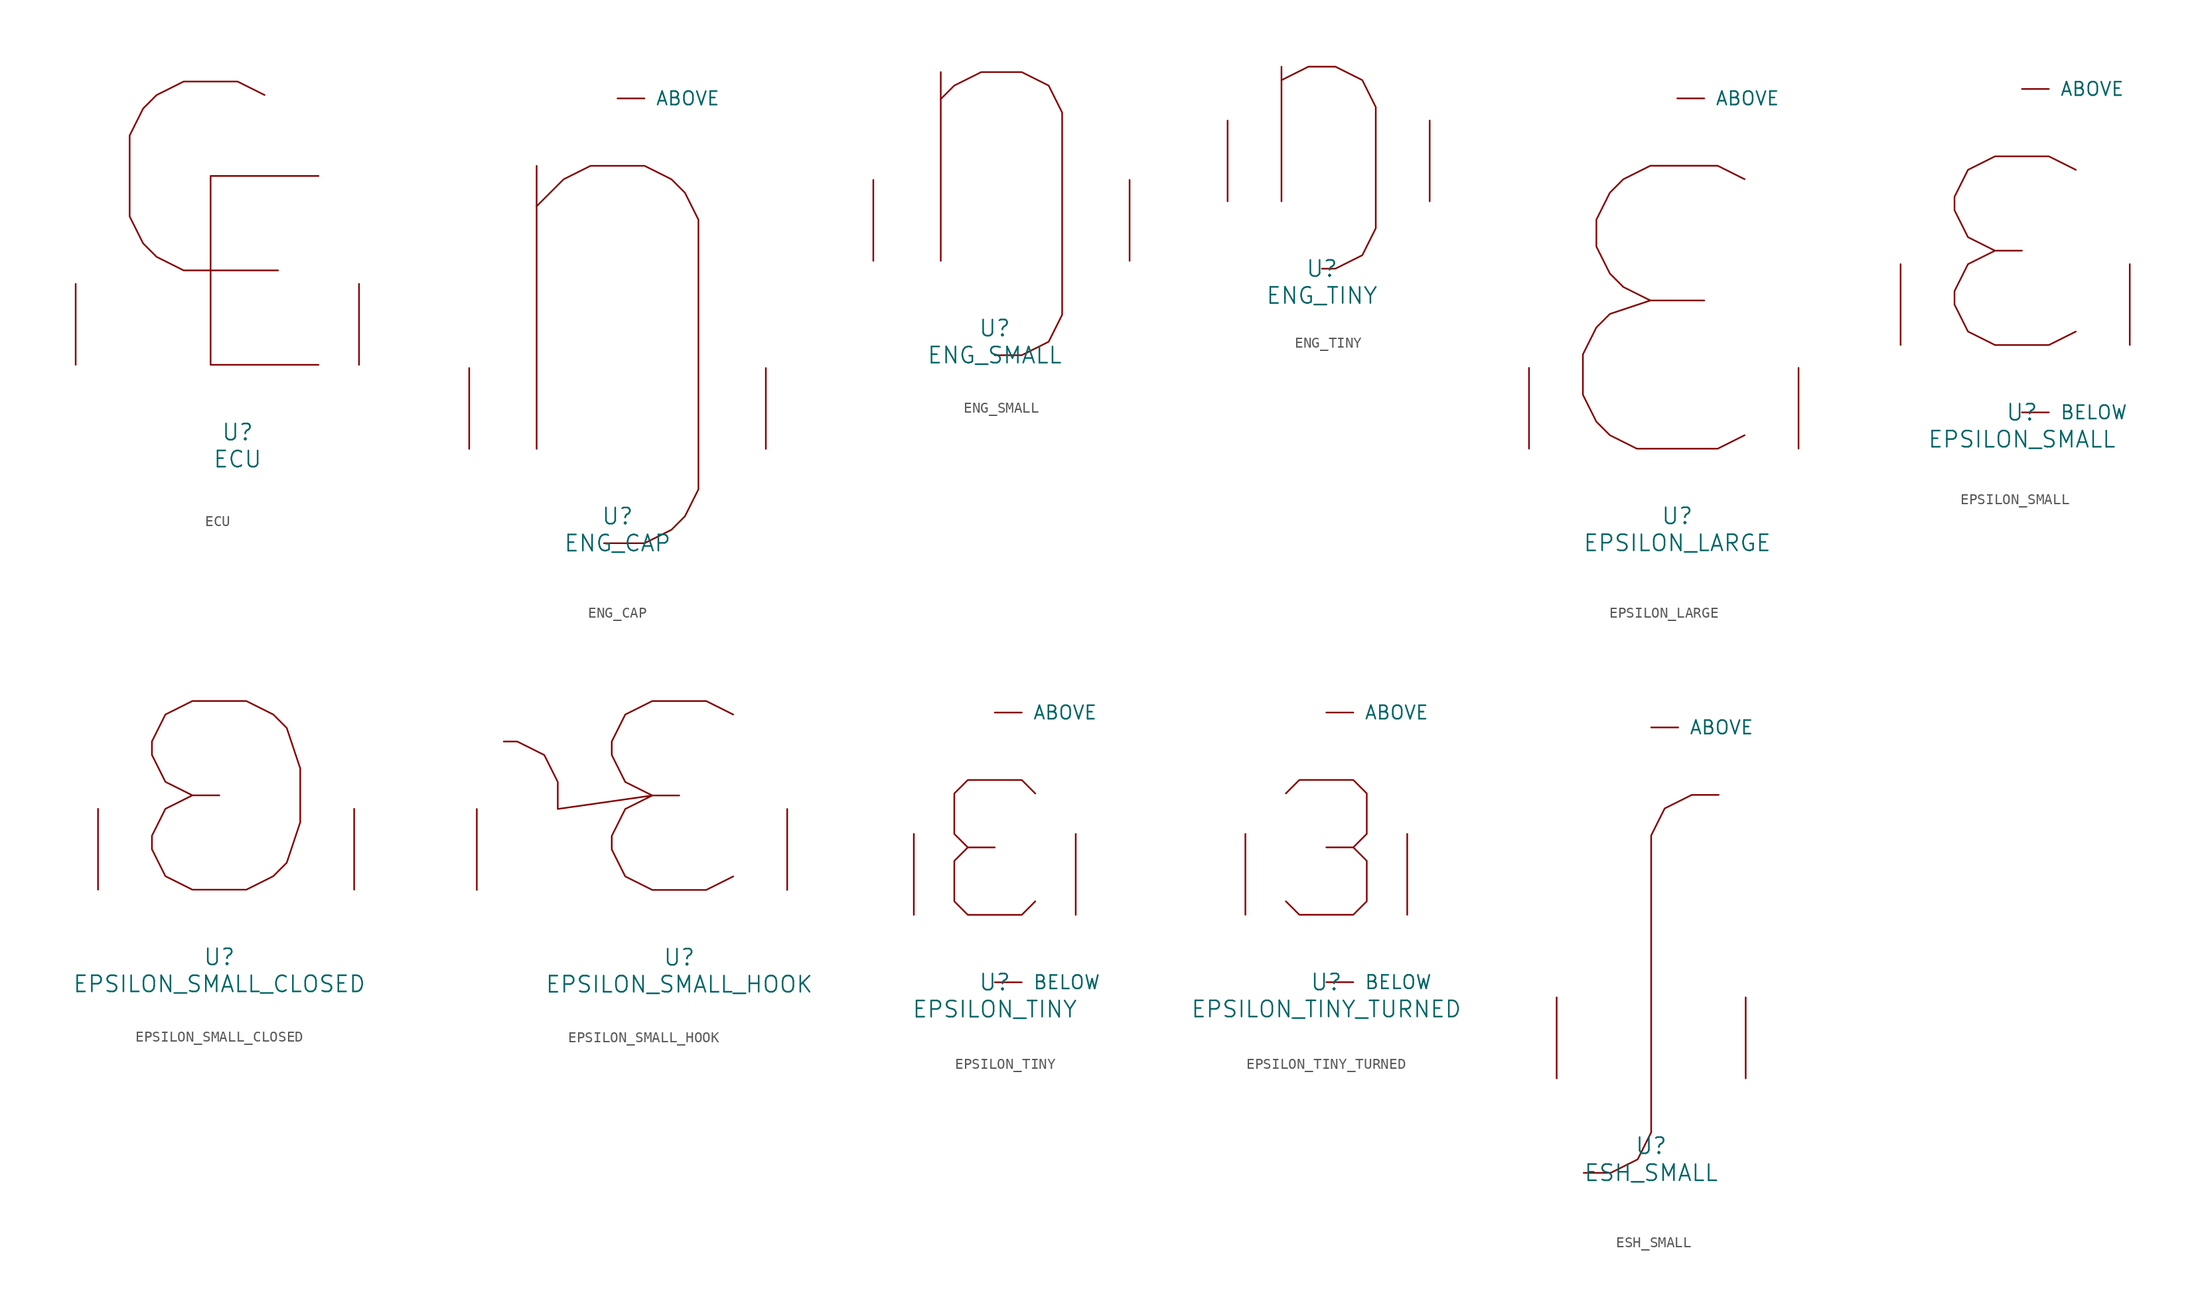
<source format=kicad_sym>
(kicad_symbol_lib
  (version 20220914)
  (generator font_lib2sym)
  (symbol "ECU"
    (pin_names
      (offset 1.016))
    (property "Reference" "U"
      (at 0 -6.35 0)
      (effects (font (size 1.524 1.524))))
    (property "Value" "ECU"
      (at 0 -8.89 0)
      (effects (font (size 1.524 1.524))))
    (symbol "ECU_0_1"
      (polyline (pts (xy 7.62 17.78) (xy -2.54 17.78) (xy -2.54 0) (xy 7.62 0)) (stroke (width 0) (type solid)) (fill (type none)))
      (polyline (pts (xy 2.54 25.4) (xy 0 26.67) (xy -5.08 26.67) (xy -7.62 25.4) (xy -8.89 24.13) (xy -10.16 21.59) (xy -10.16 13.97) (xy -8.89 11.43) (xy -7.62 10.16) (xy -5.08 8.89) (xy 3.81 8.89)) (stroke (width 0) (type solid)) (fill (type none)))
      (pin input line (at -15.24 0 90) (length 7.62) (name "~" (effects (font (size 1.27 1.27)))) (number "~" (effects (font (size 1.27 1.27)))))
      (pin input line (at 11.43 0 90) (length 7.62) (name "~" (effects (font (size 1.27 1.27)))) (number "~" (effects (font (size 1.27 1.27)))))))
  (symbol "ENG_CAP"
    (pin_names
      (offset 1.016))
    (property "Reference" "U"
      (at 0 -6.35 0)
      (effects (font (size 1.524 1.524))))
    (property "Value" "ENG_CAP"
      (at 0 -8.89 0)
      (effects (font (size 1.524 1.524))))
    (symbol "ENG_CAP_0_1"
      (polyline (pts (xy -7.62 26.67) (xy -7.62 0)) (stroke (width 0) (type solid)) (fill (type none)))
      (polyline (pts (xy -7.62 22.86) (xy -5.08 25.4) (xy -2.54 26.67) (xy 2.54 26.67) (xy 5.08 25.4) (xy 6.35 24.13) (xy 7.62 21.59) (xy 7.62 -3.81) (xy 6.35 -6.35) (xy 5.08 -7.62) (xy 2.54 -8.89) (xy -1.27 -8.89)) (stroke (width 0) (type solid)) (fill (type none)))
      (pin input line (at 0 33.02 0) (length 2.54) (name "ABOVE" (effects (font (size 1.27 1.27)))) (number "~" (effects (font (size 1.27 1.27)))))
      (pin input line (at -13.97 0 90) (length 7.62) (name "~" (effects (font (size 1.27 1.27)))) (number "~" (effects (font (size 1.27 1.27)))))
      (pin input line (at 13.97 0 90) (length 7.62) (name "~" (effects (font (size 1.27 1.27)))) (number "~" (effects (font (size 1.27 1.27)))))))
  (symbol "ENG_SMALL"
    (pin_names
      (offset 1.016))
    (property "Reference" "U"
      (at 0 -6.35 0)
      (effects (font (size 1.524 1.524))))
    (property "Value" "ENG_SMALL"
      (at 0 -8.89 0)
      (effects (font (size 1.524 1.524))))
    (symbol "ENG_SMALL_0_1"
      (polyline (pts (xy -5.08 17.78) (xy -5.08 0)) (stroke (width 0) (type solid)) (fill (type none)))
      (polyline (pts (xy -5.08 15.24) (xy -3.81 16.51) (xy -1.27 17.78) (xy 2.54 17.78) (xy 5.08 16.51) (xy 6.35 13.97) (xy 6.35 -5.08) (xy 5.08 -7.62) (xy 2.54 -8.89) (xy 0 -8.89)) (stroke (width 0) (type solid)) (fill (type none)))
      (pin input line (at -11.43 0 90) (length 7.62) (name "~" (effects (font (size 1.27 1.27)))) (number "~" (effects (font (size 1.27 1.27)))))
      (pin input line (at 12.7 0 90) (length 7.62) (name "~" (effects (font (size 1.27 1.27)))) (number "~" (effects (font (size 1.27 1.27)))))))
  (symbol "ENG_TINY"
    (pin_names
      (offset 1.016))
    (property "Reference" "U"
      (at 0 -6.35 0)
      (effects (font (size 1.524 1.524))))
    (property "Value" "ENG_TINY"
      (at 0 -8.89 0)
      (effects (font (size 1.524 1.524))))
    (symbol "ENG_TINY_0_1"
      (polyline (pts (xy -3.81 12.7) (xy -3.81 0)) (stroke (width 0) (type solid)) (fill (type none)))
      (polyline (pts (xy -3.81 11.43) (xy -1.27 12.7) (xy 1.27 12.7) (xy 3.81 11.43) (xy 5.08 8.89) (xy 5.08 -2.54) (xy 3.81 -5.08) (xy 1.27 -6.35) (xy 0 -6.35)) (stroke (width 0) (type solid)) (fill (type none)))
      (pin input line (at -8.89 0 90) (length 7.62) (name "~" (effects (font (size 1.27 1.27)))) (number "~" (effects (font (size 1.27 1.27)))))
      (pin input line (at 10.16 0 90) (length 7.62) (name "~" (effects (font (size 1.27 1.27)))) (number "~" (effects (font (size 1.27 1.27)))))))
  (symbol "EPSILON_LARGE"
    (pin_names
      (offset 1.016))
    (property "Reference" "U"
      (at 0 -6.35 0)
      (effects (font (size 1.524 1.524))))
    (property "Value" "EPSILON_LARGE"
      (at 0 -8.89 0)
      (effects (font (size 1.524 1.524))))
    (symbol "EPSILON_LARGE_0_1"
      (polyline (pts (xy -2.54 13.97) (xy 2.54 13.97)) (stroke (width 0) (type solid)) (fill (type none)))
      (polyline (pts (xy 6.35 25.4) (xy 3.81 26.67) (xy -2.54 26.67) (xy -5.08 25.4) (xy -6.35 24.13) (xy -7.62 21.59) (xy -7.62 19.05) (xy -6.35 16.51) (xy -5.08 15.24) (xy -2.54 13.97) (xy -6.35 12.7) (xy -7.62 11.43) (xy -8.89 8.89) (xy -8.89 5.08) (xy -7.62 2.54) (xy -6.35 1.27) (xy -3.81 0) (xy 3.81 0) (xy 6.35 1.27)) (stroke (width 0) (type solid)) (fill (type none)))
      (pin input line (at 0 33.02 0) (length 2.54) (name "ABOVE" (effects (font (size 1.27 1.27)))) (number "~" (effects (font (size 1.27 1.27)))))
      (pin input line (at -13.97 0 90) (length 7.62) (name "~" (effects (font (size 1.27 1.27)))) (number "~" (effects (font (size 1.27 1.27)))))
      (pin input line (at 11.43 0 90) (length 7.62) (name "~" (effects (font (size 1.27 1.27)))) (number "~" (effects (font (size 1.27 1.27)))))))
  (symbol "EPSILON_SMALL"
    (pin_names
      (offset 1.016))
    (property "Reference" "U"
      (at 0 -6.35 0)
      (effects (font (size 1.524 1.524))))
    (property "Value" "EPSILON_SMALL"
      (at 0 -8.89 0)
      (effects (font (size 1.524 1.524))))
    (symbol "EPSILON_SMALL_0_1"
      (polyline (pts (xy -2.54 8.89) (xy -5.08 7.62) (xy -6.35 5.08) (xy -6.35 3.81) (xy -5.08 1.27) (xy -2.54 0) (xy 2.54 0) (xy 5.08 1.27)) (stroke (width 0) (type solid)) (fill (type none)))
      (polyline (pts (xy 0 8.89) (xy -2.54 8.89) (xy -5.08 10.16) (xy -6.35 12.7) (xy -6.35 13.97) (xy -5.08 16.51) (xy -2.54 17.78) (xy 2.54 17.78) (xy 5.08 16.51)) (stroke (width 0) (type solid)) (fill (type none)))
      (pin input line (at 0 24.13 0) (length 2.54) (name "ABOVE" (effects (font (size 1.27 1.27)))) (number "~" (effects (font (size 1.27 1.27)))))
      (pin input line (at 0 -6.35 0) (length 2.54) (name "BELOW" (effects (font (size 1.27 1.27)))) (number "~" (effects (font (size 1.27 1.27)))))
      (pin input line (at -11.43 0 90) (length 7.62) (name "~" (effects (font (size 1.27 1.27)))) (number "~" (effects (font (size 1.27 1.27)))))
      (pin input line (at 10.16 0 90) (length 7.62) (name "~" (effects (font (size 1.27 1.27)))) (number "~" (effects (font (size 1.27 1.27)))))))
  (symbol "EPSILON_SMALL_CLOSED"
    (pin_names
      (offset 1.016))
    (property "Reference" "U"
      (at 0 -6.35 0)
      (effects (font (size 1.524 1.524))))
    (property "Value" "EPSILON_SMALL_CLOSED"
      (at 0 -8.89 0)
      (effects (font (size 1.524 1.524))))
    (symbol "EPSILON_SMALL_CLOSED_0_1"
      (polyline (pts (xy -2.54 8.89) (xy -5.08 7.62) (xy -6.35 5.08) (xy -6.35 3.81) (xy -5.08 1.27) (xy -2.54 0) (xy 2.54 0) (xy 5.08 1.27) (xy 6.35 2.54) (xy 7.62 6.35) (xy 7.62 11.43) (xy 6.35 15.24) (xy 5.08 16.51) (xy 2.54 17.78) (xy -2.54 17.78) (xy -5.08 16.51) (xy -6.35 13.97) (xy -6.35 12.7) (xy -5.08 10.16) (xy -2.54 8.89) (xy 0 8.89)) (stroke (width 0) (type solid)) (fill (type none)))
      (pin input line (at -11.43 0 90) (length 7.62) (name "~" (effects (font (size 1.27 1.27)))) (number "~" (effects (font (size 1.27 1.27)))))
      (pin input line (at 12.7 0 90) (length 7.62) (name "~" (effects (font (size 1.27 1.27)))) (number "~" (effects (font (size 1.27 1.27)))))))
  (symbol "EPSILON_SMALL_HOOK"
    (pin_names
      (offset 1.016))
    (property "Reference" "U"
      (at 0 -6.35 0)
      (effects (font (size 1.524 1.524))))
    (property "Value" "EPSILON_SMALL_HOOK"
      (at 0 -8.89 0)
      (effects (font (size 1.524 1.524))))
    (symbol "EPSILON_SMALL_HOOK_0_1"
      (polyline (pts (xy 0 8.89) (xy -2.54 8.89) (xy -5.08 10.16) (xy -6.35 12.7) (xy -6.35 13.97) (xy -5.08 16.51) (xy -2.54 17.78) (xy 2.54 17.78) (xy 5.08 16.51)) (stroke (width 0) (type solid)) (fill (type none)))
      (polyline (pts (xy 5.08 1.27) (xy 2.54 0) (xy -2.54 0) (xy -5.08 1.27) (xy -6.35 3.81) (xy -6.35 5.08) (xy -5.08 7.62) (xy -2.54 8.89) (xy -11.43 7.62) (xy -11.43 10.16) (xy -12.7 12.7) (xy -15.24 13.97) (xy -16.51 13.97)) (stroke (width 0) (type solid)) (fill (type none)))
      (pin input line (at -19.05 0 90) (length 7.62) (name "~" (effects (font (size 1.27 1.27)))) (number "~" (effects (font (size 1.27 1.27)))))
      (pin input line (at 10.16 0 90) (length 7.62) (name "~" (effects (font (size 1.27 1.27)))) (number "~" (effects (font (size 1.27 1.27)))))))
  (symbol "EPSILON_TINY"
    (pin_names
      (offset 1.016))
    (property "Reference" "U"
      (at 0 -6.35 0)
      (effects (font (size 1.524 1.524))))
    (property "Value" "EPSILON_TINY"
      (at 0 -8.89 0)
      (effects (font (size 1.524 1.524))))
    (symbol "EPSILON_TINY_0_1"
      (polyline (pts (xy -2.54 6.35) (xy 0 6.35)) (stroke (width 0) (type solid)) (fill (type none)))
      (polyline (pts (xy 3.81 11.43) (xy 2.54 12.7) (xy -2.54 12.7) (xy -3.81 11.43) (xy -3.81 7.62) (xy -2.54 6.35) (xy -3.81 5.08) (xy -3.81 1.27) (xy -2.54 0) (xy 2.54 0) (xy 3.81 1.27)) (stroke (width 0) (type solid)) (fill (type none)))
      (pin input line (at 0 19.05 0) (length 2.54) (name "ABOVE" (effects (font (size 1.27 1.27)))) (number "~" (effects (font (size 1.27 1.27)))))
      (pin input line (at 0 -6.35 0) (length 2.54) (name "BELOW" (effects (font (size 1.27 1.27)))) (number "~" (effects (font (size 1.27 1.27)))))
      (pin input line (at -7.62 0 90) (length 7.62) (name "~" (effects (font (size 1.27 1.27)))) (number "~" (effects (font (size 1.27 1.27)))))
      (pin input line (at 7.62 0 90) (length 7.62) (name "~" (effects (font (size 1.27 1.27)))) (number "~" (effects (font (size 1.27 1.27)))))))
  (symbol "EPSILON_TINY_TURNED"
    (pin_names
      (offset 1.016))
    (property "Reference" "U"
      (at 0 -6.35 0)
      (effects (font (size 1.524 1.524))))
    (property "Value" "EPSILON_TINY_TURNED"
      (at 0 -8.89 0)
      (effects (font (size 1.524 1.524))))
    (symbol "EPSILON_TINY_TURNED_0_1"
      (polyline (pts (xy 0 6.35) (xy 2.54 6.35)) (stroke (width 0) (type solid)) (fill (type none)))
      (polyline (pts (xy -3.81 11.43) (xy -2.54 12.7) (xy 2.54 12.7) (xy 3.81 11.43) (xy 3.81 7.62) (xy 2.54 6.35) (xy 3.81 5.08) (xy 3.81 1.27) (xy 2.54 0) (xy -2.54 0) (xy -3.81 1.27)) (stroke (width 0) (type solid)) (fill (type none)))
      (pin input line (at 0 19.05 0) (length 2.54) (name "ABOVE" (effects (font (size 1.27 1.27)))) (number "~" (effects (font (size 1.27 1.27)))))
      (pin input line (at 0 -6.35 0) (length 2.54) (name "BELOW" (effects (font (size 1.27 1.27)))) (number "~" (effects (font (size 1.27 1.27)))))
      (pin input line (at -7.62 0 90) (length 7.62) (name "~" (effects (font (size 1.27 1.27)))) (number "~" (effects (font (size 1.27 1.27)))))
      (pin input line (at 7.62 0 90) (length 7.62) (name "~" (effects (font (size 1.27 1.27)))) (number "~" (effects (font (size 1.27 1.27)))))))
  (symbol "ESH_SMALL"
    (pin_names
      (offset 1.016))
    (property "Reference" "U"
      (at 0 -6.35 0)
      (effects (font (size 1.524 1.524))))
    (property "Value" "ESH_SMALL"
      (at 0 -8.89 0)
      (effects (font (size 1.524 1.524))))
    (symbol "ESH_SMALL_0_1"
      (polyline (pts (xy 6.35 26.67) (xy 3.81 26.67) (xy 1.27 25.4) (xy 0 22.86) (xy 0 -5.08) (xy -1.27 -7.62) (xy -3.81 -8.89) (xy -6.35 -8.89)) (stroke (width 0) (type solid)) (fill (type none)))
      (pin input line (at 0 33.02 0) (length 2.54) (name "ABOVE" (effects (font (size 1.27 1.27)))) (number "~" (effects (font (size 1.27 1.27)))))
      (pin input line (at -8.89 0 90) (length 7.62) (name "~" (effects (font (size 1.27 1.27)))) (number "~" (effects (font (size 1.27 1.27)))))
      (pin input line (at 8.89 0 90) (length 7.62) (name "~" (effects (font (size 1.27 1.27)))) (number "~" (effects (font (size 1.27 1.27))))))))
</source>
